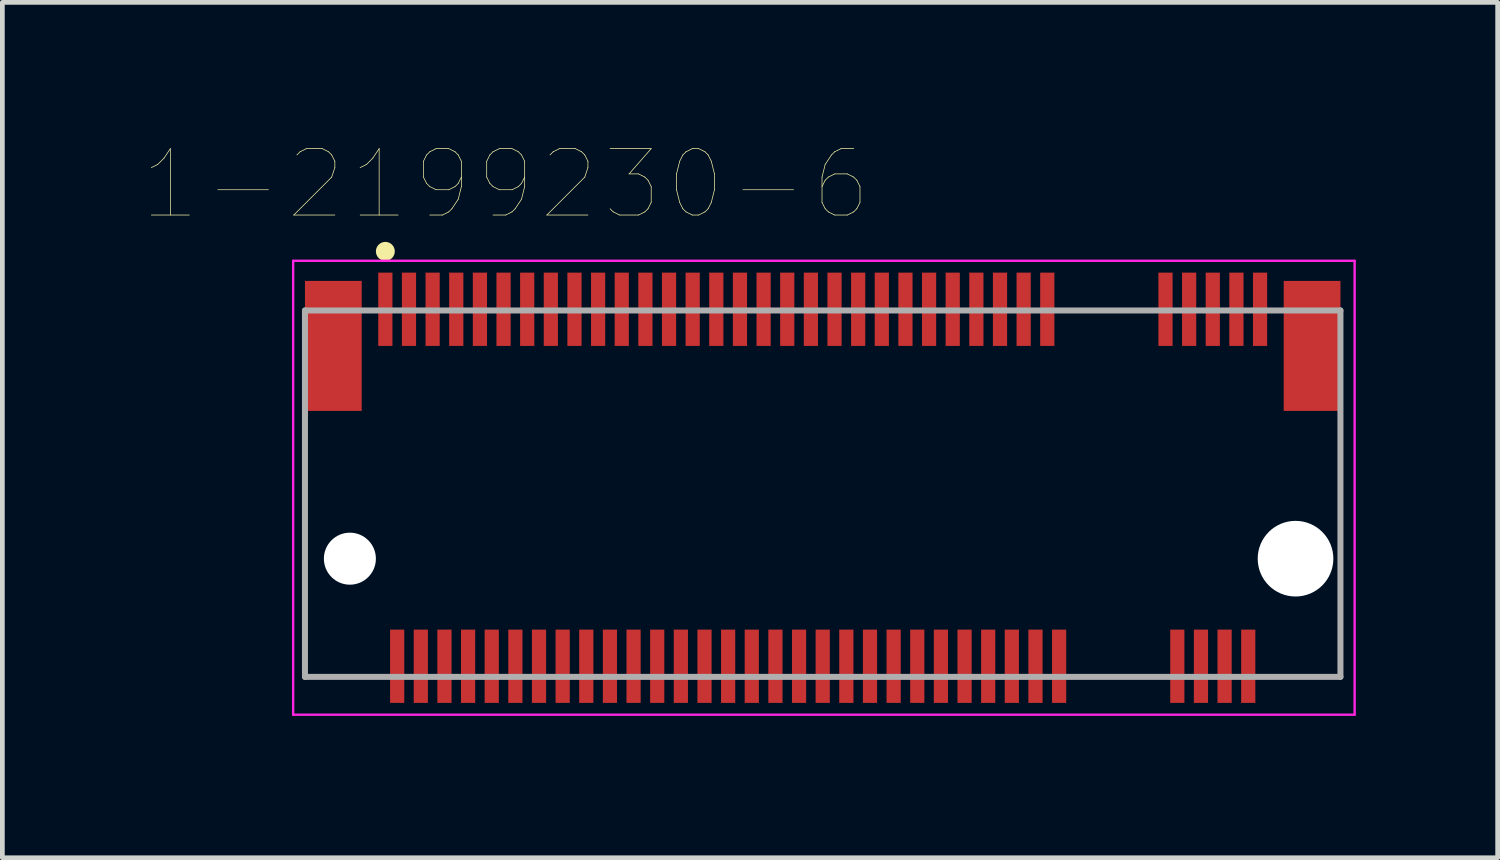
<source format=kicad_pcb>
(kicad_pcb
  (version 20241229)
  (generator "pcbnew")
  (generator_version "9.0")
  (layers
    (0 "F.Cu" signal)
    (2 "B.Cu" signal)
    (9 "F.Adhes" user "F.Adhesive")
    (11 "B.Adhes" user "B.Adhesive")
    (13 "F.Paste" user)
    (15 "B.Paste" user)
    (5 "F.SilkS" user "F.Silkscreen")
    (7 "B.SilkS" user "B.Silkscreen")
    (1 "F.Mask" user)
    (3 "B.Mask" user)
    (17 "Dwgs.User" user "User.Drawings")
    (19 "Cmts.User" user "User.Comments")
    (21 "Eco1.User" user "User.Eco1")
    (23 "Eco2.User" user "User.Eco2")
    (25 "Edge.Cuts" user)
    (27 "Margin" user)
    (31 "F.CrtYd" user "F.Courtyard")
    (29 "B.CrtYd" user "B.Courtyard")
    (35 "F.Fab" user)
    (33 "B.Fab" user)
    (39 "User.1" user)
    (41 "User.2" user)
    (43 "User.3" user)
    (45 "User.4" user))
  (footprint "1-2199230-6"
    (layer "F.Cu")
    (at 14.35 8.766)
    (property "Reference" "1-2199230-6" (at -6.705 -7.917 0) (layer "F.SilkS") (effects (font (size 1.405 1.405) (thickness 0.015))))
    (attr through_hole)
    (fp_circle (center -9.25 -6.5) (end -9.15 -6.5) (stroke (width 0.2) (type solid)) (fill no) (layer "F.SilkS"))
    (fp_line (start -11 -1.75) (end 11 -1.75) (stroke (width 0.12) (type solid)) (layer "Eco1.User"))
    (fp_line (start -11.2 -6.3) (end -11.2 3.3) (stroke (width 0.05) (type solid)) (layer "F.CrtYd"))
    (fp_line (start -11.2 3.3) (end 11.25 3.3) (stroke (width 0.05) (type solid)) (layer "F.CrtYd"))
    (fp_line (start 11.25 -6.3) (end -11.2 -6.3) (stroke (width 0.05) (type solid)) (layer "F.CrtYd"))
    (fp_line (start 11.25 3.3) (end 11.25 -6.3) (stroke (width 0.05) (type solid)) (layer "F.CrtYd"))
    (fp_line (start -10.95 -5.25) (end 10.95 -5.25) (stroke (width 0.127) (type solid)) (layer "F.Fab"))
    (fp_line (start -10.95 2.5) (end -10.95 -5.25) (stroke (width 0.127) (type solid)) (layer "F.Fab"))
    (fp_line (start 10.95 -5.25) (end 10.95 2.5) (stroke (width 0.127) (type solid)) (layer "F.Fab"))
    (fp_line (start 10.95 2.5) (end -10.95 2.5) (stroke (width 0.127) (type solid)) (layer "F.Fab"))
    (pad "" np_thru_hole circle (at -10 0) (size 1.1 1.1) (drill 1.1) (layers "*.Cu" "*.Mask"))
    (pad "" np_thru_hole circle (at 10 0) (size 1.6 1.6) (drill 1.6) (layers "*.Cu" "*.Mask"))
    (pad "1" smd rect (at -9.25 -5.275) (size 0.3 1.55) (layers "F.Cu" "F.Mask" "F.Paste"))
    (pad "2" smd rect (at -9 2.275) (size 0.3 1.55) (layers "F.Cu" "F.Mask" "F.Paste"))
    (pad "3" smd rect (at -8.75 -5.275) (size 0.3 1.55) (layers "F.Cu" "F.Mask" "F.Paste"))
    (pad "4" smd rect (at -8.5 2.275) (size 0.3 1.55) (layers "F.Cu" "F.Mask" "F.Paste"))
    (pad "5" smd rect (at -8.25 -5.275) (size 0.3 1.55) (layers "F.Cu" "F.Mask" "F.Paste"))
    (pad "6" smd rect (at -8 2.275) (size 0.3 1.55) (layers "F.Cu" "F.Mask" "F.Paste"))
    (pad "7" smd rect (at -7.75 -5.275) (size 0.3 1.55) (layers "F.Cu" "F.Mask" "F.Paste"))
    (pad "8" smd rect (at -7.5 2.275) (size 0.3 1.55) (layers "F.Cu" "F.Mask" "F.Paste"))
    (pad "9" smd rect (at -7.25 -5.275) (size 0.3 1.55) (layers "F.Cu" "F.Mask" "F.Paste"))
    (pad "10" smd rect (at -7 2.275) (size 0.3 1.55) (layers "F.Cu" "F.Mask" "F.Paste"))
    (pad "11" smd rect (at -6.75 -5.275) (size 0.3 1.55) (layers "F.Cu" "F.Mask" "F.Paste"))
    (pad "12" smd rect (at -6.5 2.275) (size 0.3 1.55) (layers "F.Cu" "F.Mask" "F.Paste"))
    (pad "13" smd rect (at -6.25 -5.275) (size 0.3 1.55) (layers "F.Cu" "F.Mask" "F.Paste"))
    (pad "14" smd rect (at -6 2.275) (size 0.3 1.55) (layers "F.Cu" "F.Mask" "F.Paste"))
    (pad "15" smd rect (at -5.75 -5.275) (size 0.3 1.55) (layers "F.Cu" "F.Mask" "F.Paste"))
    (pad "16" smd rect (at -5.5 2.275) (size 0.3 1.55) (layers "F.Cu" "F.Mask" "F.Paste"))
    (pad "17" smd rect (at -5.25 -5.275) (size 0.3 1.55) (layers "F.Cu" "F.Mask" "F.Paste"))
    (pad "18" smd rect (at -5 2.275) (size 0.3 1.55) (layers "F.Cu" "F.Mask" "F.Paste"))
    (pad "19" smd rect (at -4.75 -5.275) (size 0.3 1.55) (layers "F.Cu" "F.Mask" "F.Paste"))
    (pad "20" smd rect (at -4.5 2.275) (size 0.3 1.55) (layers "F.Cu" "F.Mask" "F.Paste"))
    (pad "21" smd rect (at -4.25 -5.275) (size 0.3 1.55) (layers "F.Cu" "F.Mask" "F.Paste"))
    (pad "22" smd rect (at -4 2.275) (size 0.3 1.55) (layers "F.Cu" "F.Mask" "F.Paste"))
    (pad "23" smd rect (at -3.75 -5.275) (size 0.3 1.55) (layers "F.Cu" "F.Mask" "F.Paste"))
    (pad "24" smd rect (at -3.5 2.275) (size 0.3 1.55) (layers "F.Cu" "F.Mask" "F.Paste"))
    (pad "25" smd rect (at -3.25 -5.275) (size 0.3 1.55) (layers "F.Cu" "F.Mask" "F.Paste"))
    (pad "26" smd rect (at -3 2.275) (size 0.3 1.55) (layers "F.Cu" "F.Mask" "F.Paste"))
    (pad "27" smd rect (at -2.75 -5.275) (size 0.3 1.55) (layers "F.Cu" "F.Mask" "F.Paste"))
    (pad "28" smd rect (at -2.5 2.275) (size 0.3 1.55) (layers "F.Cu" "F.Mask" "F.Paste"))
    (pad "29" smd rect (at -2.25 -5.275) (size 0.3 1.55) (layers "F.Cu" "F.Mask" "F.Paste"))
    (pad "30" smd rect (at -2 2.275) (size 0.3 1.55) (layers "F.Cu" "F.Mask" "F.Paste"))
    (pad "31" smd rect (at -1.75 -5.275) (size 0.3 1.55) (layers "F.Cu" "F.Mask" "F.Paste"))
    (pad "32" smd rect (at -1.5 2.275) (size 0.3 1.55) (layers "F.Cu" "F.Mask" "F.Paste"))
    (pad "33" smd rect (at -1.25 -5.275) (size 0.3 1.55) (layers "F.Cu" "F.Mask" "F.Paste"))
    (pad "34" smd rect (at -1 2.275) (size 0.3 1.55) (layers "F.Cu" "F.Mask" "F.Paste"))
    (pad "35" smd rect (at -0.75 -5.275) (size 0.3 1.55) (layers "F.Cu" "F.Mask" "F.Paste"))
    (pad "36" smd rect (at -0.5 2.275) (size 0.3 1.55) (layers "F.Cu" "F.Mask" "F.Paste"))
    (pad "37" smd rect (at -0.25 -5.275) (size 0.3 1.55) (layers "F.Cu" "F.Mask" "F.Paste"))
    (pad "38" smd rect (at 0 2.275) (size 0.3 1.55) (layers "F.Cu" "F.Mask" "F.Paste"))
    (pad "39" smd rect (at 0.25 -5.275) (size 0.3 1.55) (layers "F.Cu" "F.Mask" "F.Paste"))
    (pad "40" smd rect (at 0.5 2.275) (size 0.3 1.55) (layers "F.Cu" "F.Mask" "F.Paste"))
    (pad "41" smd rect (at 0.75 -5.275) (size 0.3 1.55) (layers "F.Cu" "F.Mask" "F.Paste"))
    (pad "42" smd rect (at 1 2.275) (size 0.3 1.55) (layers "F.Cu" "F.Mask" "F.Paste"))
    (pad "43" smd rect (at 1.25 -5.275) (size 0.3 1.55) (layers "F.Cu" "F.Mask" "F.Paste"))
    (pad "44" smd rect (at 1.5 2.275) (size 0.3 1.55) (layers "F.Cu" "F.Mask" "F.Paste"))
    (pad "45" smd rect (at 1.75 -5.275) (size 0.3 1.55) (layers "F.Cu" "F.Mask" "F.Paste"))
    (pad "46" smd rect (at 2 2.275) (size 0.3 1.55) (layers "F.Cu" "F.Mask" "F.Paste"))
    (pad "47" smd rect (at 2.25 -5.275) (size 0.3 1.55) (layers "F.Cu" "F.Mask" "F.Paste"))
    (pad "48" smd rect (at 2.5 2.275) (size 0.3 1.55) (layers "F.Cu" "F.Mask" "F.Paste"))
    (pad "49" smd rect (at 2.75 -5.275) (size 0.3 1.55) (layers "F.Cu" "F.Mask" "F.Paste"))
    (pad "50" smd rect (at 3 2.275) (size 0.3 1.55) (layers "F.Cu" "F.Mask" "F.Paste"))
    (pad "51" smd rect (at 3.25 -5.275) (size 0.3 1.55) (layers "F.Cu" "F.Mask" "F.Paste"))
    (pad "52" smd rect (at 3.5 2.275) (size 0.3 1.55) (layers "F.Cu" "F.Mask" "F.Paste"))
    (pad "53" smd rect (at 3.75 -5.275) (size 0.3 1.55) (layers "F.Cu" "F.Mask" "F.Paste"))
    (pad "54" smd rect (at 4 2.275) (size 0.3 1.55) (layers "F.Cu" "F.Mask" "F.Paste"))
    (pad "55" smd rect (at 4.25 -5.275) (size 0.3 1.55) (layers "F.Cu" "F.Mask" "F.Paste"))
    (pad "56" smd rect (at 4.5 2.275) (size 0.3 1.55) (layers "F.Cu" "F.Mask" "F.Paste"))
    (pad "57" smd rect (at 4.75 -5.275) (size 0.3 1.55) (layers "F.Cu" "F.Mask" "F.Paste"))
    (pad "58" smd rect (at 5 2.275) (size 0.3 1.55) (layers "F.Cu" "F.Mask" "F.Paste"))
    (pad "67" smd rect (at 7.25 -5.275) (size 0.3 1.55) (layers "F.Cu" "F.Mask" "F.Paste"))
    (pad "68" smd rect (at 7.5 2.275) (size 0.3 1.55) (layers "F.Cu" "F.Mask" "F.Paste"))
    (pad "69" smd rect (at 7.75 -5.275) (size 0.3 1.55) (layers "F.Cu" "F.Mask" "F.Paste"))
    (pad "70" smd rect (at 8 2.275) (size 0.3 1.55) (layers "F.Cu" "F.Mask" "F.Paste"))
    (pad "71" smd rect (at 8.25 -5.275) (size 0.3 1.55) (layers "F.Cu" "F.Mask" "F.Paste"))
    (pad "72" smd rect (at 8.5 2.275) (size 0.3 1.55) (layers "F.Cu" "F.Mask" "F.Paste"))
    (pad "73" smd rect (at 8.75 -5.275) (size 0.3 1.55) (layers "F.Cu" "F.Mask" "F.Paste"))
    (pad "74" smd rect (at 9 2.275) (size 0.3 1.55) (layers "F.Cu" "F.Mask" "F.Paste"))
    (pad "75" smd rect (at 9.25 -5.275) (size 0.3 1.55) (layers "F.Cu" "F.Mask" "F.Paste"))
    (pad "SH1" smd rect (at -10.35 -4.5) (size 1.2 2.75) (layers "F.Cu" "F.Mask" "F.Paste"))
    (pad "SH2" smd rect (at 10.35 -4.5) (size 1.2 2.75) (layers "F.Cu" "F.Mask" "F.Paste")))
  (gr_rect
    (start -3 -3)
    (end 28.625 15.091)
    (stroke (width 0.1) (type default))
    (fill no)
    (layer "Edge.Cuts")))
</source>
